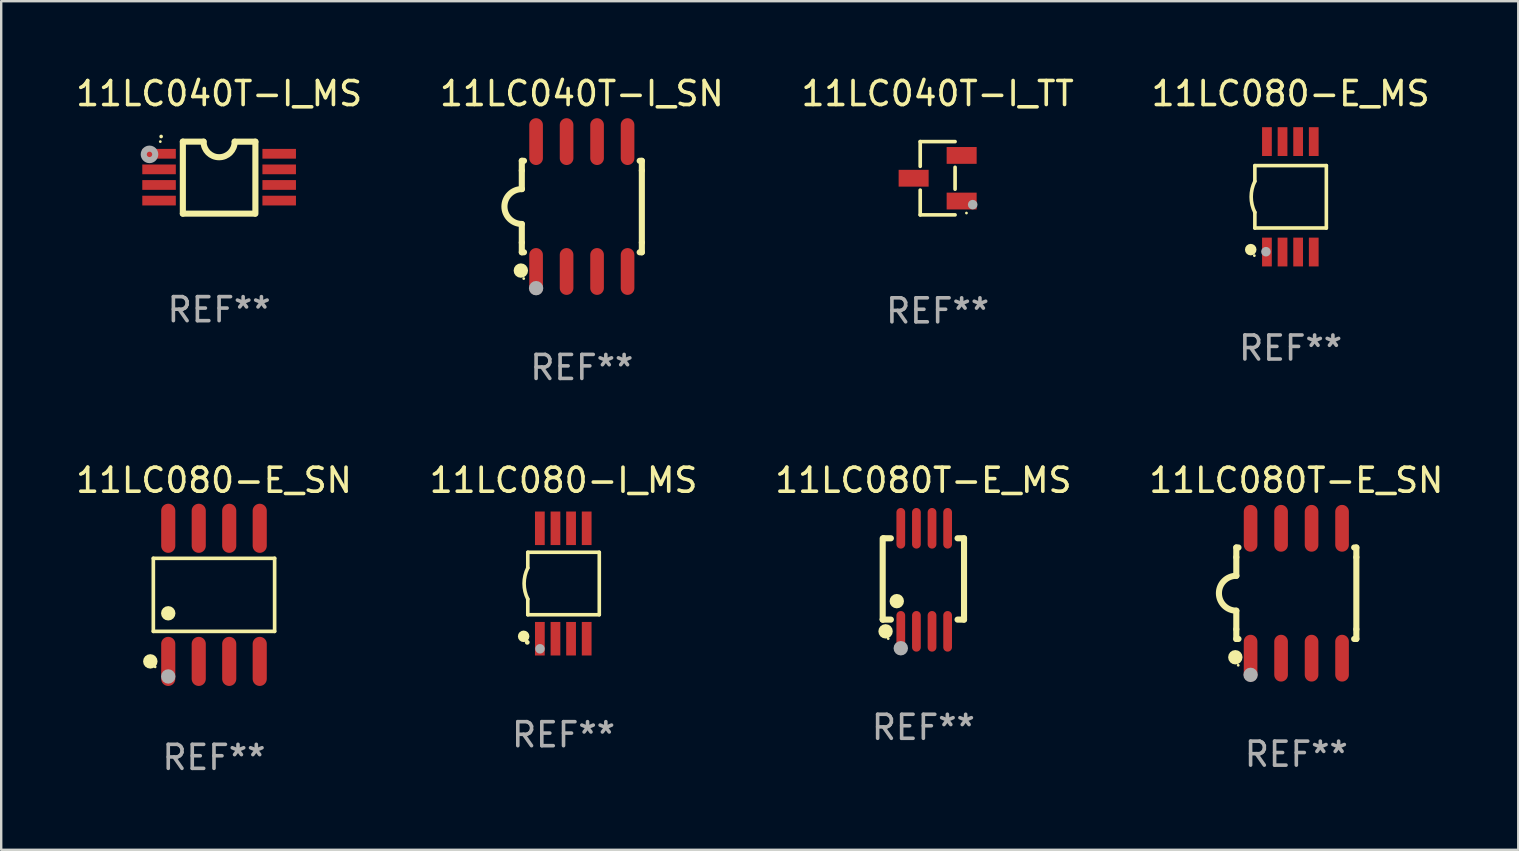
<source format=kicad_pcb>
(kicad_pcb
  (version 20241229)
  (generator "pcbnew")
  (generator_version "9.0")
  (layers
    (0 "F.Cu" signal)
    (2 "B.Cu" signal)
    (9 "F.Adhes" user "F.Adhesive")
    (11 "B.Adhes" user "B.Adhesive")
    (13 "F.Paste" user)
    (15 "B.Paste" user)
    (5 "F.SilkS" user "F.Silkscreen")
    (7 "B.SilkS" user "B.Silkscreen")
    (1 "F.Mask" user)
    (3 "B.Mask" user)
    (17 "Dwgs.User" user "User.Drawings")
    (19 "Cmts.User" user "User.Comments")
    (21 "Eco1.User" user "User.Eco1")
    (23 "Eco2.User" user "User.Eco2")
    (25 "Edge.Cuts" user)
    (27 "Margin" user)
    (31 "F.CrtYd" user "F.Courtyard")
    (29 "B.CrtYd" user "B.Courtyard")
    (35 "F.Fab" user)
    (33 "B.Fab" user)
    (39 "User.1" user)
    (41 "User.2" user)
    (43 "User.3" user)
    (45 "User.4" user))
  (footprint "11LC040T-I_SN"
    (layer "F.Cu")
    (at 21.185 5.553)
    (property "Reference" "11LC040T-I_SN" (at 0 -4.705 0) (layer "F.SilkS") (effects (font (size 1 1) (thickness 0.15))))
    (attr through_hole)
    (fp_line (start -2.5 -1.905) (end -2.409 -1.905) (stroke (width 0.254) (type solid)) (layer "F.SilkS"))
    (fp_line (start -2.5 -1.5) (end -2.5 -1.905) (stroke (width 0.254) (type solid)) (layer "F.SilkS"))
    (fp_line (start -2.5 -1.5) (end -2.5 -0.726) (stroke (width 0.254) (type solid)) (layer "F.SilkS"))
    (fp_line (start -2.5 1.5) (end -2.5 0.727) (stroke (width 0.254) (type solid)) (layer "F.SilkS"))
    (fp_line (start -2.5 1.5) (end -2.5 1.905) (stroke (width 0.254) (type solid)) (layer "F.SilkS"))
    (fp_line (start -2.5 1.905) (end -2.409 1.905) (stroke (width 0.254) (type solid)) (layer "F.SilkS"))
    (fp_line (start 2.5 -1.905) (end 2.409 -1.905) (stroke (width 0.254) (type solid)) (layer "F.SilkS"))
    (fp_line (start 2.5 -1.5) (end 2.5 -1.905) (stroke (width 0.254) (type solid)) (layer "F.SilkS"))
    (fp_line (start 2.5 -1.5) (end 2.5 1.5) (stroke (width 0.254) (type solid)) (layer "F.SilkS"))
    (fp_line (start 2.5 1.5) (end 2.5 1.905) (stroke (width 0.254) (type solid)) (layer "F.SilkS"))
    (fp_line (start 2.5 1.905) (end 2.409 1.905) (stroke (width 0.254) (type solid)) (layer "F.SilkS"))
    (fp_arc (start -2.5 0.726568) (mid -3.220316 -0.0023) (end -2.495097 -0.726289) (stroke (width 0.254001) (type solid)) (layer "F.SilkS"))
    (fp_circle (center -2.54 2.667) (end -2.39 2.667) (stroke (width 0.3) (type solid)) (fill no) (layer "F.SilkS"))
    (fp_circle (center -2.42 3) (end -2.39 3) (stroke (width 0.06) (type solid)) (fill no) (layer "F.SilkS"))
    (fp_circle (center -1.905 3.4) (end -1.755 3.4) (stroke (width 0.3) (type solid)) (fill no) (layer "F.Fab"))
    (fp_text user "REF**" (at 0 6.705 0) (layer "F.Fab") (effects (font (size 1 1) (thickness 0.15))))
    (pad "1" smd oval (at -1.905 2.705) (size 0.568 1.95) (layers "F.Cu" "F.Mask" "F.Paste"))
    (pad "2" smd oval (at -0.635 2.705) (size 0.568 1.95) (layers "F.Cu" "F.Mask" "F.Paste"))
    (pad "3" smd oval (at 0.635 2.705) (size 0.568 1.95) (layers "F.Cu" "F.Mask" "F.Paste"))
    (pad "4" smd oval (at 1.905 2.705) (size 0.568 1.95) (layers "F.Cu" "F.Mask" "F.Paste"))
    (pad "5" smd oval (at 1.905 -2.705) (size 0.568 1.95) (layers "F.Cu" "F.Mask" "F.Paste"))
    (pad "6" smd oval (at 0.635 -2.705) (size 0.568 1.95) (layers "F.Cu" "F.Mask" "F.Paste"))
    (pad "7" smd oval (at -0.635 -2.705) (size 0.568 1.95) (layers "F.Cu" "F.Mask" "F.Paste"))
    (pad "8" smd oval (at -1.905 -2.705) (size 0.568 1.95) (layers "F.Cu" "F.Mask" "F.Paste")))
  (footprint "11LC080T-E_SN"
    (layer "F.Cu")
    (at 50.946 21.66)
    (property "Reference" "11LC080T-E_SN" (at 0 -4.705 0) (layer "F.SilkS") (effects (font (size 1 1) (thickness 0.15))))
    (attr through_hole)
    (fp_line (start -2.5 -1.905) (end -2.409 -1.905) (stroke (width 0.254) (type solid)) (layer "F.SilkS"))
    (fp_line (start -2.5 -1.5) (end -2.5 -1.905) (stroke (width 0.254) (type solid)) (layer "F.SilkS"))
    (fp_line (start -2.5 -1.5) (end -2.5 -0.726) (stroke (width 0.254) (type solid)) (layer "F.SilkS"))
    (fp_line (start -2.5 1.5) (end -2.5 0.727) (stroke (width 0.254) (type solid)) (layer "F.SilkS"))
    (fp_line (start -2.5 1.5) (end -2.5 1.905) (stroke (width 0.254) (type solid)) (layer "F.SilkS"))
    (fp_line (start -2.5 1.905) (end -2.409 1.905) (stroke (width 0.254) (type solid)) (layer "F.SilkS"))
    (fp_line (start 2.5 -1.905) (end 2.409 -1.905) (stroke (width 0.254) (type solid)) (layer "F.SilkS"))
    (fp_line (start 2.5 -1.5) (end 2.5 -1.905) (stroke (width 0.254) (type solid)) (layer "F.SilkS"))
    (fp_line (start 2.5 -1.5) (end 2.5 1.5) (stroke (width 0.254) (type solid)) (layer "F.SilkS"))
    (fp_line (start 2.5 1.5) (end 2.5 1.905) (stroke (width 0.254) (type solid)) (layer "F.SilkS"))
    (fp_line (start 2.5 1.905) (end 2.409 1.905) (stroke (width 0.254) (type solid)) (layer "F.SilkS"))
    (fp_arc (start -2.5 0.726568) (mid -3.220316 -0.0023) (end -2.495097 -0.726289) (stroke (width 0.254001) (type solid)) (layer "F.SilkS"))
    (fp_circle (center -2.54 2.667) (end -2.39 2.667) (stroke (width 0.3) (type solid)) (fill no) (layer "F.SilkS"))
    (fp_circle (center -2.42 3) (end -2.39 3) (stroke (width 0.06) (type solid)) (fill no) (layer "F.SilkS"))
    (fp_circle (center -1.905 3.4) (end -1.755 3.4) (stroke (width 0.3) (type solid)) (fill no) (layer "F.Fab"))
    (fp_text user "REF**" (at 0 6.705 0) (layer "F.Fab") (effects (font (size 1 1) (thickness 0.15))))
    (pad "1" smd oval (at -1.905 2.705) (size 0.568 1.95) (layers "F.Cu" "F.Mask" "F.Paste"))
    (pad "2" smd oval (at -0.635 2.705) (size 0.568 1.95) (layers "F.Cu" "F.Mask" "F.Paste"))
    (pad "3" smd oval (at 0.635 2.705) (size 0.568 1.95) (layers "F.Cu" "F.Mask" "F.Paste"))
    (pad "4" smd oval (at 1.905 2.705) (size 0.568 1.95) (layers "F.Cu" "F.Mask" "F.Paste"))
    (pad "5" smd oval (at 1.905 -2.705) (size 0.568 1.95) (layers "F.Cu" "F.Mask" "F.Paste"))
    (pad "6" smd oval (at 0.635 -2.705) (size 0.568 1.95) (layers "F.Cu" "F.Mask" "F.Paste"))
    (pad "7" smd oval (at -0.635 -2.705) (size 0.568 1.95) (layers "F.Cu" "F.Mask" "F.Paste"))
    (pad "8" smd oval (at -1.905 -2.705) (size 0.568 1.95) (layers "F.Cu" "F.Mask" "F.Paste")))
  (footprint "11LC040T-I_TT"
    (layer "F.Cu")
    (at 36.006 4.374)
    (property "Reference" "11LC040T-I_TT" (at 0 -3.526 0) (layer "F.SilkS") (effects (font (size 1 1) (thickness 0.15))))
    (attr through_hole)
    (fp_line (start -0.726 -1.526) (end -0.726 -0.495) (stroke (width 0.152) (type solid)) (layer "F.SilkS"))
    (fp_line (start -0.726 1.526) (end -0.726 0.495) (stroke (width 0.152) (type solid)) (layer "F.SilkS"))
    (fp_line (start 0.726 -1.526) (end -0.726 -1.526) (stroke (width 0.152) (type solid)) (layer "F.SilkS"))
    (fp_line (start 0.726 -0.455) (end 0.726 0.455) (stroke (width 0.152) (type solid)) (layer "F.SilkS"))
    (fp_line (start 0.726 1.526) (end -0.726 1.526) (stroke (width 0.152) (type solid)) (layer "F.SilkS"))
    (fp_circle (center 1.2 1.45) (end 1.23 1.45) (stroke (width 0.06) (type solid)) (fill no) (layer "F.SilkS"))
    (fp_circle (center 1.46 1.1) (end 1.56 1.1) (stroke (width 0.2) (type solid)) (fill no) (layer "F.Fab"))
    (fp_text user "REF**" (at 0 5.526 0) (layer "F.Fab") (effects (font (size 1 1) (thickness 0.15))))
    (pad "1" smd rect (at 1 0.95) (size 1.25 0.7) (layers "F.Cu" "F.Mask" "F.Paste"))
    (pad "2" smd rect (at 1 -0.95) (size 1.25 0.7) (layers "F.Cu" "F.Mask" "F.Paste"))
    (pad "3" smd rect (at -1 0) (size 1.25 0.7) (layers "F.Cu" "F.Mask" "F.Paste")))
  (footprint "11LC040T-I_MS"
    (layer "F.Cu")
    (at 6.077 4.35)
    (property "Reference" "11LC040T-I_MS" (at 0 -3.501 0) (layer "F.SilkS") (effects (font (size 1 1) (thickness 0.15))))
    (attr through_hole)
    (fp_line (start -1.511 -1.501) (end -1.511 1.499) (stroke (width 0.254) (type solid)) (layer "F.SilkS"))
    (fp_line (start -1.511 -1.501) (end -0.648 -1.501) (stroke (width 0.254) (type solid)) (layer "F.SilkS"))
    (fp_line (start -1.511 1.499) (end 1.489 1.499) (stroke (width 0.254) (type solid)) (layer "F.SilkS"))
    (fp_line (start 0.648 -1.499) (end 1.511 -1.499) (stroke (width 0.254) (type solid)) (layer "F.SilkS"))
    (fp_line (start 1.511 -1.499) (end 1.511 1.501) (stroke (width 0.254) (type solid)) (layer "F.SilkS"))
    (fp_arc (start -2.41491 -1.713233) (mid -2.414916 -1.714503) (end -2.41491 -1.715773) (stroke (width 0.150013) (type solid)) (layer "F.SilkS"))
    (fp_arc (start 0.647803 -1.498603) (mid 0.000102 -0.850902) (end -0.647599 -1.498603) (stroke (width 0.254001) (type solid)) (layer "F.SilkS"))
    (fp_circle (center -2.45 -1.501) (end -2.42 -1.501) (stroke (width 0.06) (type solid)) (fill no) (layer "F.SilkS"))
    (fp_circle (center -2.9 -0.97) (end -2.788 -0.97) (stroke (width 0.254) (type solid)) (fill no) (layer "F.Fab"))
    (fp_text user "REF**" (at 0 5.501 0) (layer "F.Fab") (effects (font (size 1 1) (thickness 0.15))))
    (pad "1" smd rect (at -2.502 -0.995) (size 1.397 0.406) (layers "F.Cu" "F.Mask" "F.Paste"))
    (pad "2" smd rect (at -2.502 -0.345) (size 1.397 0.406) (layers "F.Cu" "F.Mask" "F.Paste"))
    (pad "3" smd rect (at -2.502 0.305) (size 1.397 0.406) (layers "F.Cu" "F.Mask" "F.Paste"))
    (pad "4" smd rect (at -2.502 0.955) (size 1.397 0.406) (layers "F.Cu" "F.Mask" "F.Paste"))
    (pad "5" smd rect (at 2.502 0.955) (size 1.397 0.406) (layers "F.Cu" "F.Mask" "F.Paste"))
    (pad "6" smd rect (at 2.502 0.305) (size 1.397 0.406) (layers "F.Cu" "F.Mask" "F.Paste"))
    (pad "7" smd rect (at 2.502 -0.345) (size 1.397 0.406) (layers "F.Cu" "F.Mask" "F.Paste"))
    (pad "8" smd rect (at 2.502 -0.995) (size 1.397 0.406) (layers "F.Cu" "F.Mask" "F.Paste")))
  (footprint "11LC080-I_MS"
    (layer "F.Cu")
    (at 20.423 21.255)
    (property "Reference" "11LC080-I_MS" (at 0 -4.3 0) (layer "F.SilkS") (effects (font (size 1 1) (thickness 0.15))))
    (attr through_hole)
    (fp_line (start -1.489 -1.3) (end -1.489 -0.648) (stroke (width 0.15) (type solid)) (layer "F.SilkS"))
    (fp_line (start -1.489 0.648) (end -1.489 1.3) (stroke (width 0.15) (type solid)) (layer "F.SilkS"))
    (fp_line (start -1.489 1.3) (end 1.489 1.3) (stroke (width 0.15) (type solid)) (layer "F.SilkS"))
    (fp_line (start 1.489 -1.3) (end -1.489 -1.3) (stroke (width 0.15) (type solid)) (layer "F.SilkS"))
    (fp_line (start 1.489 1.3) (end 1.489 -1.3) (stroke (width 0.15) (type solid)) (layer "F.SilkS"))
    (fp_arc (start -1.489205 0.647702) (mid -1.642107 0) (end -1.489205 -0.647701) (stroke (width 0.150013) (type solid)) (layer "F.SilkS"))
    (fp_circle (center -1.661 2.2) (end -1.541 2.2) (stroke (width 0.24) (type solid)) (fill no) (layer "F.SilkS"))
    (fp_circle (center -1.511 2.45) (end -1.461 2.45) (stroke (width 0.1) (type solid)) (fill no) (layer "F.SilkS"))
    (fp_circle (center -0.981 2.72) (end -0.881 2.72) (stroke (width 0.2) (type solid)) (fill no) (layer "F.Fab"))
    (fp_text user "REF**" (at 0 6.3 0) (layer "F.Fab") (effects (font (size 1 1) (thickness 0.15))))
    (pad "1" smd rect (at -0.986 2.3) (size 0.406 1.397) (layers "F.Cu" "F.Mask" "F.Paste"))
    (pad "2" smd rect (at -0.336 2.3) (size 0.406 1.397) (layers "F.Cu" "F.Mask" "F.Paste"))
    (pad "3" smd rect (at 0.314 2.3) (size 0.406 1.397) (layers "F.Cu" "F.Mask" "F.Paste"))
    (pad "4" smd rect (at 0.964 2.3) (size 0.406 1.397) (layers "F.Cu" "F.Mask" "F.Paste"))
    (pad "5" smd rect (at 0.964 -2.3) (size 0.406 1.397) (layers "F.Cu" "F.Mask" "F.Paste"))
    (pad "6" smd rect (at 0.314 -2.3) (size 0.406 1.397) (layers "F.Cu" "F.Mask" "F.Paste"))
    (pad "7" smd rect (at -0.336 -2.3) (size 0.406 1.397) (layers "F.Cu" "F.Mask" "F.Paste"))
    (pad "8" smd rect (at -0.986 -2.3) (size 0.406 1.397) (layers "F.Cu" "F.Mask" "F.Paste")))
  (footprint "11LC080-E_MS"
    (layer "F.Cu")
    (at 50.708 5.148)
    (property "Reference" "11LC080-E_MS" (at 0 -4.3 0) (layer "F.SilkS") (effects (font (size 1 1) (thickness 0.15))))
    (attr through_hole)
    (fp_line (start -1.489 -1.3) (end -1.489 -0.648) (stroke (width 0.15) (type solid)) (layer "F.SilkS"))
    (fp_line (start -1.489 0.648) (end -1.489 1.3) (stroke (width 0.15) (type solid)) (layer "F.SilkS"))
    (fp_line (start -1.489 1.3) (end 1.489 1.3) (stroke (width 0.15) (type solid)) (layer "F.SilkS"))
    (fp_line (start 1.489 -1.3) (end -1.489 -1.3) (stroke (width 0.15) (type solid)) (layer "F.SilkS"))
    (fp_line (start 1.489 1.3) (end 1.489 -1.3) (stroke (width 0.15) (type solid)) (layer "F.SilkS"))
    (fp_arc (start -1.489205 0.647702) (mid -1.642107 0) (end -1.489205 -0.647701) (stroke (width 0.150013) (type solid)) (layer "F.SilkS"))
    (fp_circle (center -1.661 2.2) (end -1.541 2.2) (stroke (width 0.24) (type solid)) (fill no) (layer "F.SilkS"))
    (fp_circle (center -1.511 2.45) (end -1.481 2.45) (stroke (width 0.06) (type solid)) (fill no) (layer "F.SilkS"))
    (fp_circle (center -1.027 2.286) (end -0.927 2.286) (stroke (width 0.2) (type solid)) (fill no) (layer "F.Fab"))
    (fp_text user "REF**" (at 0 6.3 0) (layer "F.Fab") (effects (font (size 1 1) (thickness 0.15))))
    (pad "1" smd rect (at -0.986 2.3) (size 0.406 1.2) (layers "F.Cu" "F.Mask" "F.Paste"))
    (pad "2" smd rect (at -0.336 2.3) (size 0.406 1.2) (layers "F.Cu" "F.Mask" "F.Paste"))
    (pad "3" smd rect (at 0.314 2.3) (size 0.406 1.2) (layers "F.Cu" "F.Mask" "F.Paste"))
    (pad "4" smd rect (at 0.964 2.3) (size 0.406 1.2) (layers "F.Cu" "F.Mask" "F.Paste"))
    (pad "5" smd rect (at 0.964 -2.3) (size 0.406 1.2) (layers "F.Cu" "F.Mask" "F.Paste"))
    (pad "6" smd rect (at 0.314 -2.3) (size 0.406 1.2) (layers "F.Cu" "F.Mask" "F.Paste"))
    (pad "7" smd rect (at -0.336 -2.3) (size 0.406 1.2) (layers "F.Cu" "F.Mask" "F.Paste"))
    (pad "8" smd rect (at -0.986 -2.3) (size 0.406 1.2) (layers "F.Cu" "F.Mask" "F.Paste")))
  (footprint "11LC080T-E_MS"
    (layer "F.Cu")
    (at 35.411 21.101)
    (property "Reference" "11LC080T-E_MS" (at 0 -4.146 0) (layer "F.SilkS") (effects (font (size 1 1) (thickness 0.15))))
    (attr through_hole)
    (fp_line (start -1.694 -1.724) (end -1.694 1.652) (stroke (width 0.254) (type solid)) (layer "F.SilkS"))
    (fp_line (start -1.694 1.652) (end -1.688 1.658) (stroke (width 0.254) (type solid)) (layer "F.SilkS"))
    (fp_line (start -1.688 1.658) (end -1.353 1.658) (stroke (width 0.254) (type solid)) (layer "F.SilkS"))
    (fp_line (start -1.661 -1.73) (end -1.681 -1.71) (stroke (width 0.254) (type solid)) (layer "F.SilkS"))
    (fp_line (start -1.353 -1.73) (end -1.661 -1.73) (stroke (width 0.254) (type solid)) (layer "F.SilkS"))
    (fp_line (start 1.424 1.658) (end 1.694 1.658) (stroke (width 0.254) (type solid)) (layer "F.SilkS"))
    (fp_line (start 1.694 -1.73) (end 1.424 -1.73) (stroke (width 0.254) (type solid)) (layer "F.SilkS"))
    (fp_line (start 1.694 1.658) (end 1.694 -1.73) (stroke (width 0.254) (type solid)) (layer "F.SilkS"))
    (fp_circle (center -1.574 2.146) (end -1.424 2.146) (stroke (width 0.3) (type solid)) (fill no) (layer "F.SilkS"))
    (fp_circle (center -1.464 2.45) (end -1.434 2.45) (stroke (width 0.06) (type solid)) (fill no) (layer "F.SilkS"))
    (fp_circle (center -1.107 0.889) (end -0.957 0.889) (stroke (width 0.3) (type solid)) (fill no) (layer "F.SilkS"))
    (fp_circle (center -0.94 2.85) (end -0.789 2.85) (stroke (width 0.3) (type solid)) (fill no) (layer "F.Fab"))
    (fp_text user "REF**" (at 0 6.146 0) (layer "F.Fab") (effects (font (size 1 1) (thickness 0.15))))
    (pad "1" smd oval (at -0.94 2.146) (size 0.364 1.692) (layers "F.Cu" "F.Mask" "F.Paste"))
    (pad "2" smd oval (at -0.289 2.146) (size 0.364 1.692) (layers "F.Cu" "F.Mask" "F.Paste"))
    (pad "3" smd oval (at 0.361 2.146) (size 0.364 1.692) (layers "F.Cu" "F.Mask" "F.Paste"))
    (pad "4" smd oval (at 1.011 2.146) (size 0.364 1.692) (layers "F.Cu" "F.Mask" "F.Paste"))
    (pad "5" smd oval (at 1.011 -2.146) (size 0.364 1.692) (layers "F.Cu" "F.Mask" "F.Paste"))
    (pad "6" smd oval (at 0.361 -2.146) (size 0.364 1.692) (layers "F.Cu" "F.Mask" "F.Paste"))
    (pad "7" smd oval (at -0.289 -2.146) (size 0.364 1.692) (layers "F.Cu" "F.Mask" "F.Paste"))
    (pad "8" smd oval (at -0.94 -2.146) (size 0.364 1.692) (layers "F.Cu" "F.Mask" "F.Paste")))
  (footprint "11LC080-E_SN"
    (layer "F.Cu")
    (at 5.863 21.727)
    (property "Reference" "11LC080-E_SN" (at 0 -4.772 0) (layer "F.SilkS") (effects (font (size 1 1) (thickness 0.15))))
    (attr through_hole)
    (fp_line (start -2.526 -1.521) (end 2.526 -1.521) (stroke (width 0.152) (type solid)) (layer "F.SilkS"))
    (fp_line (start -2.526 1.521) (end -2.526 -1.521) (stroke (width 0.152) (type solid)) (layer "F.SilkS"))
    (fp_line (start 2.526 -1.521) (end 2.526 1.521) (stroke (width 0.152) (type solid)) (layer "F.SilkS"))
    (fp_line (start 2.526 1.521) (end -2.526 1.521) (stroke (width 0.152) (type solid)) (layer "F.SilkS"))
    (fp_circle (center -2.652 2.772) (end -2.501 2.772) (stroke (width 0.3) (type solid)) (fill no) (layer "F.SilkS"))
    (fp_circle (center -2.45 3) (end -2.42 3) (stroke (width 0.06) (type solid)) (fill no) (layer "F.SilkS"))
    (fp_circle (center -1.905 0.769) (end -1.755 0.769) (stroke (width 0.3) (type solid)) (fill no) (layer "F.SilkS"))
    (fp_circle (center -1.905 3.4) (end -1.755 3.4) (stroke (width 0.3) (type solid)) (fill no) (layer "F.Fab"))
    (fp_text user "REF**" (at 0 6.772 0) (layer "F.Fab") (effects (font (size 1 1) (thickness 0.15))))
    (pad "1" smd oval (at -1.905 2.772) (size 0.588 2.045) (layers "F.Cu" "F.Mask" "F.Paste"))
    (pad "2" smd oval (at -0.635 2.772) (size 0.588 2.045) (layers "F.Cu" "F.Mask" "F.Paste"))
    (pad "3" smd oval (at 0.635 2.772) (size 0.588 2.045) (layers "F.Cu" "F.Mask" "F.Paste"))
    (pad "4" smd oval (at 1.905 2.772) (size 0.588 2.045) (layers "F.Cu" "F.Mask" "F.Paste"))
    (pad "5" smd oval (at 1.905 -2.772) (size 0.588 2.045) (layers "F.Cu" "F.Mask" "F.Paste"))
    (pad "6" smd oval (at 0.635 -2.772) (size 0.588 2.045) (layers "F.Cu" "F.Mask" "F.Paste"))
    (pad "7" smd oval (at -0.635 -2.772) (size 0.588 2.045) (layers "F.Cu" "F.Mask" "F.Paste"))
    (pad "8" smd oval (at -1.905 -2.772) (size 0.588 2.045) (layers "F.Cu" "F.Mask" "F.Paste")))
  (gr_rect
    (start -3 -3)
    (end 60.19 32.348)
    (stroke (width 0.1) (type default))
    (fill no)
    (layer "Edge.Cuts")))
</source>
